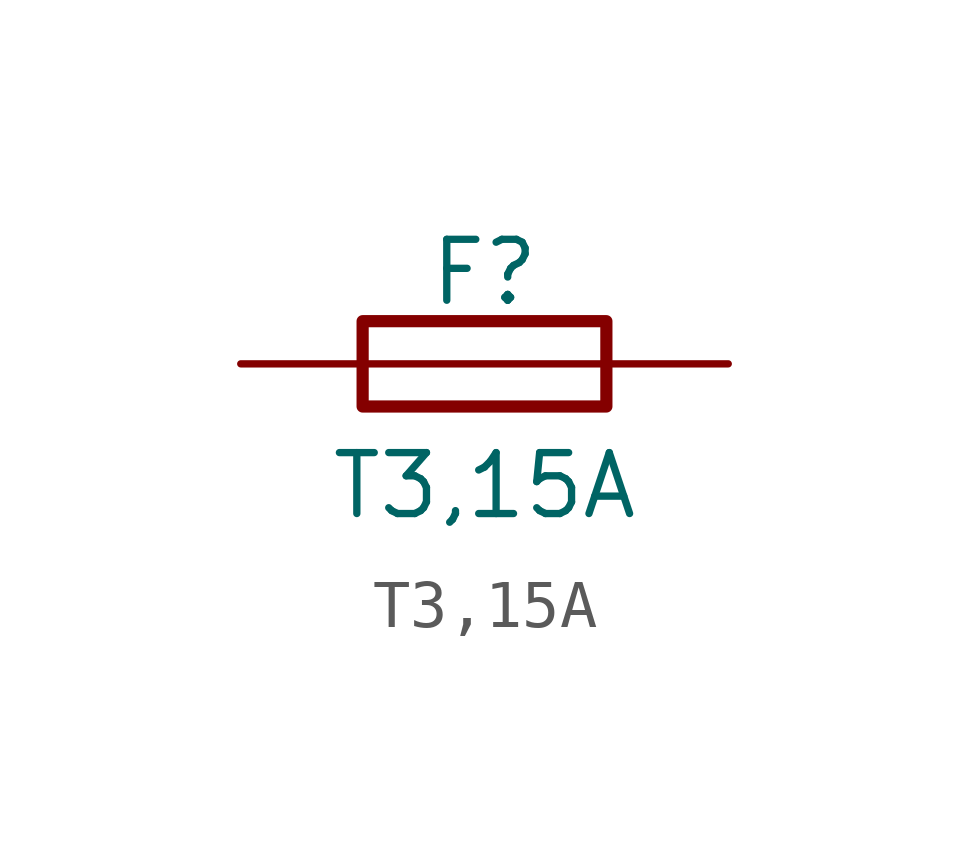
<source format=kicad_sym>
(kicad_symbol_lib
  (version 20241209)
  (generator "kicad_symbol_editor")
  (generator_version "9.0")
  (symbol "T3,15A"
    (pin_numbers
      (hide yes))
    (pin_names
      (offset 0)
      (hide yes))
    (property "Reference" "F"
      (at 0 1.905 0)
      (effects (font (size 1.27 1.27))))
    (property "Value" "T3,15A"
      (at 0 -2.54 0)
      (effects (font (size 1.27 1.27))))
    (symbol "T3,15A_0_1"
      (rectangle (start -2.54 0.889) (end 2.54 -0.889) (stroke (width 0.254) (type default)) (fill (type none)))
      (polyline (pts (xy 5.08 0) (xy -5.08 0)) (stroke (width 0) (type default)) (fill (type none))))))
</source>
